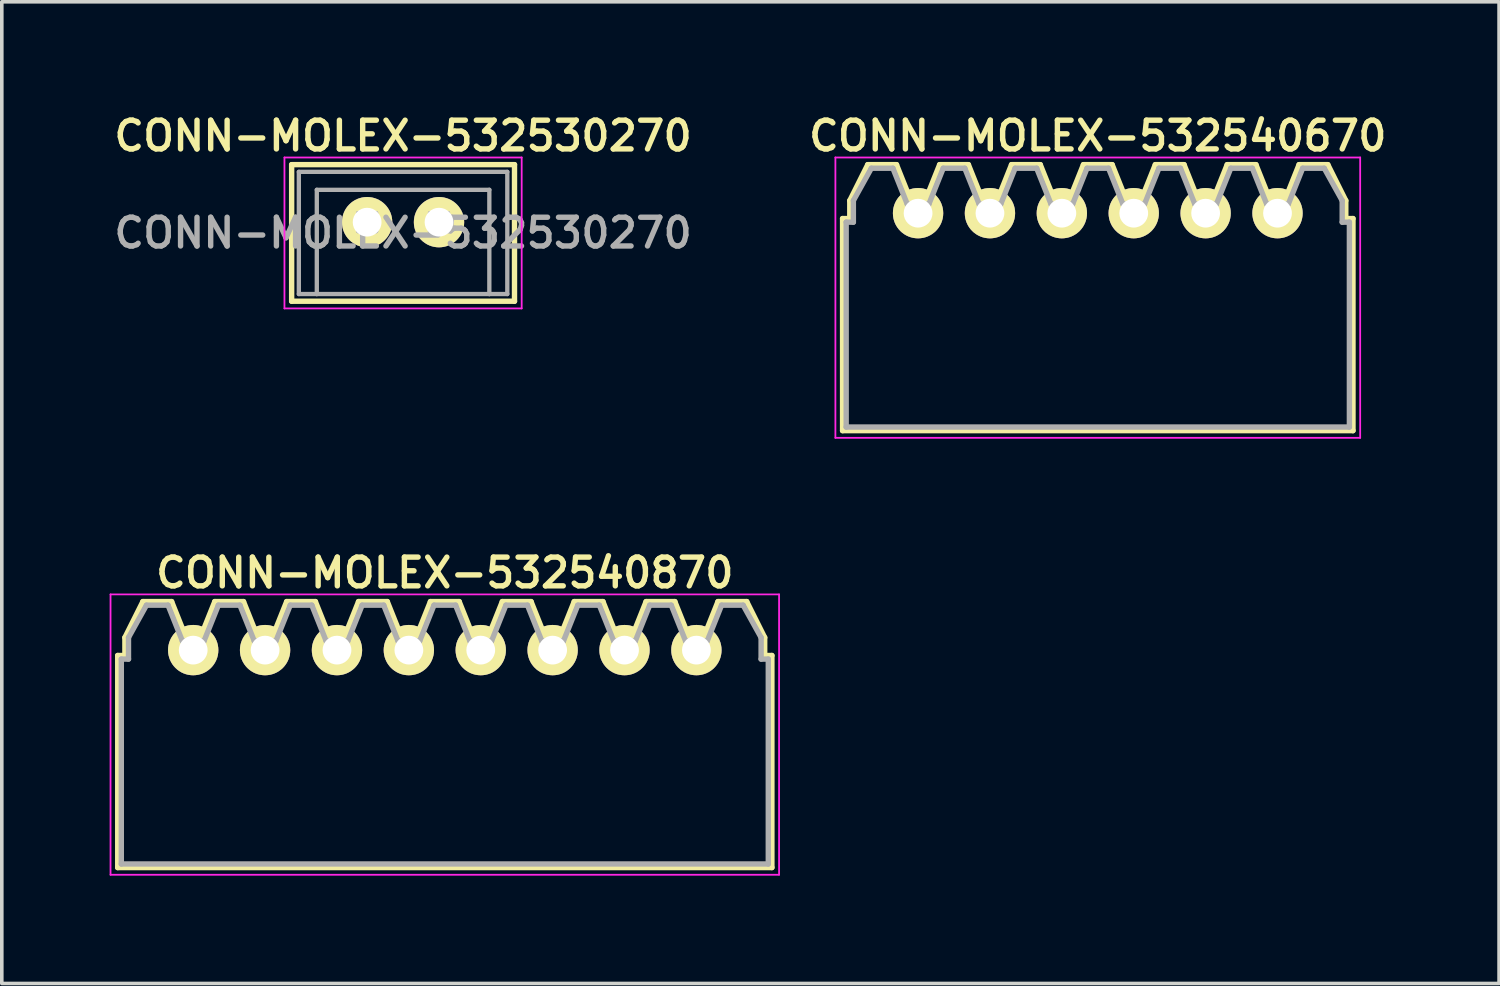
<source format=kicad_pcb>
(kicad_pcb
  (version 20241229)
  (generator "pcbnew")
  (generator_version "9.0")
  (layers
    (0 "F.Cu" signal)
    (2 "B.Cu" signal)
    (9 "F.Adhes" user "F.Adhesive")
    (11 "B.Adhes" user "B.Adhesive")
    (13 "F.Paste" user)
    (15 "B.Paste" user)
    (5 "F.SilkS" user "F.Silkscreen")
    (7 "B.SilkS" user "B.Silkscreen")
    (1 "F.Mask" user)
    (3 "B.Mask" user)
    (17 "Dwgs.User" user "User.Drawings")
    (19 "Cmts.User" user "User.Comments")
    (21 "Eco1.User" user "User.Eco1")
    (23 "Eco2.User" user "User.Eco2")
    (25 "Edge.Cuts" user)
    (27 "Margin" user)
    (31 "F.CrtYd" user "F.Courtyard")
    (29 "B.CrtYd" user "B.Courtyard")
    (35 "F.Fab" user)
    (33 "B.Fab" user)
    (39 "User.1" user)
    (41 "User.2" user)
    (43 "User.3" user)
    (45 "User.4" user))
  (footprint "CONN-MOLEX-532540670"
    (layer "F.Cu")
    (at 27.492 5.231)
    (property "Reference" "CONN-MOLEX-532540670" (at 0 -4.5 0) (layer "F.SilkS") (effects (font (size 0.8 0.8) (thickness 0.15))))
    (attr through_hole)
    (fp_line (start -7.1 -2.2) (end -6.9 -2.2) (stroke (width 0.15) (type solid)) (layer "F.SilkS"))
    (fp_line (start -7.1 3.7) (end -7.1 -2.2) (stroke (width 0.15) (type solid)) (layer "F.SilkS"))
    (fp_line (start -7.1 3.7) (end 7.1 3.7) (stroke (width 0.15) (type solid)) (layer "F.SilkS"))
    (fp_line (start -6.9 -2.7) (end -6.9 -2.2) (stroke (width 0.15) (type solid)) (layer "F.SilkS"))
    (fp_line (start -6.4 -3.7) (end -6.9 -2.7) (stroke (width 0.15) (type solid)) (layer "F.SilkS"))
    (fp_line (start -5.6 -3.7) (end -6.4 -3.7) (stroke (width 0.15) (type solid)) (layer "F.SilkS"))
    (fp_line (start -5.2 -2.7) (end -5.6 -3.7) (stroke (width 0.15) (type solid)) (layer "F.SilkS"))
    (fp_line (start -4.8 -2.7) (end -5.2 -2.7) (stroke (width 0.15) (type solid)) (layer "F.SilkS"))
    (fp_line (start -4.4 -3.7) (end -4.8 -2.7) (stroke (width 0.15) (type solid)) (layer "F.SilkS"))
    (fp_line (start -3.6 -3.7) (end -4.4 -3.7) (stroke (width 0.15) (type solid)) (layer "F.SilkS"))
    (fp_line (start -3.2 -2.7) (end -3.6 -3.7) (stroke (width 0.15) (type solid)) (layer "F.SilkS"))
    (fp_line (start -2.8 -2.7) (end -3.2 -2.7) (stroke (width 0.15) (type solid)) (layer "F.SilkS"))
    (fp_line (start -2.4 -3.7) (end -2.8 -2.7) (stroke (width 0.15) (type solid)) (layer "F.SilkS"))
    (fp_line (start -1.6 -3.7) (end -2.4 -3.7) (stroke (width 0.15) (type solid)) (layer "F.SilkS"))
    (fp_line (start -1.2 -2.7) (end -1.6 -3.7) (stroke (width 0.15) (type solid)) (layer "F.SilkS"))
    (fp_line (start -0.8 -2.7) (end -1.2 -2.7) (stroke (width 0.15) (type solid)) (layer "F.SilkS"))
    (fp_line (start -0.4 -3.7) (end -0.8 -2.7) (stroke (width 0.15) (type solid)) (layer "F.SilkS"))
    (fp_line (start 0.4 -3.7) (end -0.4 -3.7) (stroke (width 0.15) (type solid)) (layer "F.SilkS"))
    (fp_line (start 0.8 -2.7) (end 0.4 -3.7) (stroke (width 0.15) (type solid)) (layer "F.SilkS"))
    (fp_line (start 1.2 -2.7) (end 0.8 -2.7) (stroke (width 0.15) (type solid)) (layer "F.SilkS"))
    (fp_line (start 1.6 -3.7) (end 1.2 -2.7) (stroke (width 0.15) (type solid)) (layer "F.SilkS"))
    (fp_line (start 2.4 -3.7) (end 1.6 -3.7) (stroke (width 0.15) (type solid)) (layer "F.SilkS"))
    (fp_line (start 2.8 -2.7) (end 2.4 -3.7) (stroke (width 0.15) (type solid)) (layer "F.SilkS"))
    (fp_line (start 3.2 -2.7) (end 2.8 -2.7) (stroke (width 0.15) (type solid)) (layer "F.SilkS"))
    (fp_line (start 3.6 -3.7) (end 3.2 -2.7) (stroke (width 0.15) (type solid)) (layer "F.SilkS"))
    (fp_line (start 4.4 -3.7) (end 3.6 -3.7) (stroke (width 0.15) (type solid)) (layer "F.SilkS"))
    (fp_line (start 4.8 -2.7) (end 4.4 -3.7) (stroke (width 0.15) (type solid)) (layer "F.SilkS"))
    (fp_line (start 5.2 -2.7) (end 4.8 -2.7) (stroke (width 0.15) (type solid)) (layer "F.SilkS"))
    (fp_line (start 5.6 -3.7) (end 5.2 -2.7) (stroke (width 0.15) (type solid)) (layer "F.SilkS"))
    (fp_line (start 6.4 -3.7) (end 5.6 -3.7) (stroke (width 0.15) (type solid)) (layer "F.SilkS"))
    (fp_line (start 6.9 -2.7) (end 6.4 -3.7) (stroke (width 0.15) (type solid)) (layer "F.SilkS"))
    (fp_line (start 6.9 -2.2) (end 6.9 -2.7) (stroke (width 0.15) (type solid)) (layer "F.SilkS"))
    (fp_line (start 6.9 -2.2) (end 7.1 -2.2) (stroke (width 0.15) (type solid)) (layer "F.SilkS"))
    (fp_line (start 7.1 3.7) (end 7.1 -2.2) (stroke (width 0.15) (type solid)) (layer "F.SilkS"))
    (fp_line (start -7.3 -3.9) (end 7.3 -3.9) (stroke (width 0.05) (type solid)) (layer "F.CrtYd"))
    (fp_line (start -7.3 3.9) (end -7.3 -3.9) (stroke (width 0.05) (type solid)) (layer "F.CrtYd"))
    (fp_line (start 7.3 -3.9) (end 7.3 3.9) (stroke (width 0.05) (type solid)) (layer "F.CrtYd"))
    (fp_line (start 7.3 3.9) (end -7.3 3.9) (stroke (width 0.05) (type solid)) (layer "F.CrtYd"))
    (fp_line (start -7 -2.1) (end -6.8 -2.1) (stroke (width 0.15) (type solid)) (layer "F.Fab"))
    (fp_line (start -7 3.6) (end -7 -2.1) (stroke (width 0.15) (type solid)) (layer "F.Fab"))
    (fp_line (start -6.8 -2.7) (end -6.3 -3.6) (stroke (width 0.15) (type solid)) (layer "F.Fab"))
    (fp_line (start -6.8 -2.1) (end -6.8 -2.7) (stroke (width 0.15) (type solid)) (layer "F.Fab"))
    (fp_line (start -6.3 -3.6) (end -5.7 -3.6) (stroke (width 0.15) (type solid)) (layer "F.Fab"))
    (fp_line (start -5.7 -3.6) (end -5.3 -2.6) (stroke (width 0.15) (type solid)) (layer "F.Fab"))
    (fp_line (start -5.3 -2.6) (end -4.7 -2.6) (stroke (width 0.15) (type solid)) (layer "F.Fab"))
    (fp_line (start -4.7 -2.6) (end -4.3 -3.6) (stroke (width 0.15) (type solid)) (layer "F.Fab"))
    (fp_line (start -4.3 -3.6) (end -3.7 -3.6) (stroke (width 0.15) (type solid)) (layer "F.Fab"))
    (fp_line (start -3.7 -3.6) (end -3.3 -2.6) (stroke (width 0.15) (type solid)) (layer "F.Fab"))
    (fp_line (start -3.3 -2.6) (end -2.7 -2.6) (stroke (width 0.15) (type solid)) (layer "F.Fab"))
    (fp_line (start -2.7 -2.6) (end -2.3 -3.6) (stroke (width 0.15) (type solid)) (layer "F.Fab"))
    (fp_line (start -2.3 -3.6) (end -1.7 -3.6) (stroke (width 0.15) (type solid)) (layer "F.Fab"))
    (fp_line (start -1.7 -3.6) (end -1.3 -2.6) (stroke (width 0.15) (type solid)) (layer "F.Fab"))
    (fp_line (start -1.3 -2.6) (end -0.7 -2.6) (stroke (width 0.15) (type solid)) (layer "F.Fab"))
    (fp_line (start -0.7 -2.6) (end -0.3 -3.6) (stroke (width 0.15) (type solid)) (layer "F.Fab"))
    (fp_line (start -0.3 -3.6) (end 0.3 -3.6) (stroke (width 0.15) (type solid)) (layer "F.Fab"))
    (fp_line (start 0.3 -3.6) (end 0.7 -2.6) (stroke (width 0.15) (type solid)) (layer "F.Fab"))
    (fp_line (start 0.7 -2.6) (end 1.3 -2.6) (stroke (width 0.15) (type solid)) (layer "F.Fab"))
    (fp_line (start 1.3 -2.6) (end 1.7 -3.6) (stroke (width 0.15) (type solid)) (layer "F.Fab"))
    (fp_line (start 1.7 -3.6) (end 2.3 -3.6) (stroke (width 0.15) (type solid)) (layer "F.Fab"))
    (fp_line (start 2.3 -3.6) (end 2.7 -2.6) (stroke (width 0.15) (type solid)) (layer "F.Fab"))
    (fp_line (start 2.7 -2.6) (end 3.3 -2.6) (stroke (width 0.15) (type solid)) (layer "F.Fab"))
    (fp_line (start 3.3 -2.6) (end 3.7 -3.6) (stroke (width 0.15) (type solid)) (layer "F.Fab"))
    (fp_line (start 3.7 -3.6) (end 4.3 -3.6) (stroke (width 0.15) (type solid)) (layer "F.Fab"))
    (fp_line (start 4.3 -3.6) (end 4.7 -2.6) (stroke (width 0.15) (type solid)) (layer "F.Fab"))
    (fp_line (start 4.7 -2.6) (end 5.3 -2.6) (stroke (width 0.15) (type solid)) (layer "F.Fab"))
    (fp_line (start 5.3 -2.6) (end 5.7 -3.6) (stroke (width 0.15) (type solid)) (layer "F.Fab"))
    (fp_line (start 5.7 -3.6) (end 6.3 -3.6) (stroke (width 0.15) (type solid)) (layer "F.Fab"))
    (fp_line (start 6.3 -3.6) (end 6.8 -2.7) (stroke (width 0.15) (type solid)) (layer "F.Fab"))
    (fp_line (start 6.8 -2.7) (end 6.8 -2.1) (stroke (width 0.15) (type solid)) (layer "F.Fab"))
    (fp_line (start 6.8 -2.1) (end 7 -2.1) (stroke (width 0.15) (type solid)) (layer "F.Fab"))
    (fp_line (start 7 -2.1) (end 7 3.6) (stroke (width 0.15) (type solid)) (layer "F.Fab"))
    (fp_line (start 7 3.6) (end -7 3.6) (stroke (width 0.15) (type solid)) (layer "F.Fab"))
    (pad "1" thru_hole circle (at -5 -2.35) (size 1.4 1.4) (drill 0.8) (layers "*.Cu" "*.Mask" "F.SilkS"))
    (pad "2" thru_hole circle (at -3 -2.35) (size 1.4 1.4) (drill 0.8) (layers "*.Cu" "*.Mask" "F.SilkS"))
    (pad "3" thru_hole circle (at -1 -2.35) (size 1.4 1.4) (drill 0.8) (layers "*.Cu" "*.Mask" "F.SilkS"))
    (pad "4" thru_hole circle (at 1 -2.35) (size 1.4 1.4) (drill 0.8) (layers "*.Cu" "*.Mask" "F.SilkS"))
    (pad "5" thru_hole circle (at 3 -2.35) (size 1.4 1.4) (drill 0.8) (layers "*.Cu" "*.Mask" "F.SilkS"))
    (pad "6" thru_hole circle (at 5 -2.35) (size 1.4 1.4) (drill 0.8) (layers "*.Cu" "*.Mask" "F.SilkS")))
  (footprint "CONN-MOLEX-532540870"
    (layer "F.Cu")
    (at 9.325 17.387)
    (property "Reference" "CONN-MOLEX-532540870" (at 0 -4.5 0) (layer "F.SilkS") (effects (font (size 0.8 0.8) (thickness 0.15))))
    (attr through_hole)
    (fp_line (start -9.1 -2.2) (end -8.9 -2.2) (stroke (width 0.15) (type solid)) (layer "F.SilkS"))
    (fp_line (start -9.1 3.7) (end -9.1 -2.2) (stroke (width 0.15) (type solid)) (layer "F.SilkS"))
    (fp_line (start -9.1 3.7) (end 9.1 3.7) (stroke (width 0.15) (type solid)) (layer "F.SilkS"))
    (fp_line (start -8.9 -2.7) (end -8.9 -2.2) (stroke (width 0.15) (type solid)) (layer "F.SilkS"))
    (fp_line (start -8.4 -3.7) (end -8.9 -2.7) (stroke (width 0.15) (type solid)) (layer "F.SilkS"))
    (fp_line (start -7.6 -3.7) (end -8.4 -3.7) (stroke (width 0.15) (type solid)) (layer "F.SilkS"))
    (fp_line (start -7.2 -2.7) (end -7.6 -3.7) (stroke (width 0.15) (type solid)) (layer "F.SilkS"))
    (fp_line (start -6.8 -2.7) (end -7.2 -2.7) (stroke (width 0.15) (type solid)) (layer "F.SilkS"))
    (fp_line (start -6.4 -3.7) (end -6.8 -2.7) (stroke (width 0.15) (type solid)) (layer "F.SilkS"))
    (fp_line (start -5.6 -3.7) (end -6.4 -3.7) (stroke (width 0.15) (type solid)) (layer "F.SilkS"))
    (fp_line (start -5.2 -2.7) (end -5.6 -3.7) (stroke (width 0.15) (type solid)) (layer "F.SilkS"))
    (fp_line (start -4.8 -2.7) (end -5.2 -2.7) (stroke (width 0.15) (type solid)) (layer "F.SilkS"))
    (fp_line (start -4.4 -3.7) (end -4.8 -2.7) (stroke (width 0.15) (type solid)) (layer "F.SilkS"))
    (fp_line (start -3.6 -3.7) (end -4.4 -3.7) (stroke (width 0.15) (type solid)) (layer "F.SilkS"))
    (fp_line (start -3.2 -2.7) (end -3.6 -3.7) (stroke (width 0.15) (type solid)) (layer "F.SilkS"))
    (fp_line (start -2.8 -2.7) (end -3.2 -2.7) (stroke (width 0.15) (type solid)) (layer "F.SilkS"))
    (fp_line (start -2.4 -3.7) (end -2.8 -2.7) (stroke (width 0.15) (type solid)) (layer "F.SilkS"))
    (fp_line (start -1.6 -3.7) (end -2.4 -3.7) (stroke (width 0.15) (type solid)) (layer "F.SilkS"))
    (fp_line (start -1.2 -2.7) (end -1.6 -3.7) (stroke (width 0.15) (type solid)) (layer "F.SilkS"))
    (fp_line (start -0.8 -2.7) (end -1.2 -2.7) (stroke (width 0.15) (type solid)) (layer "F.SilkS"))
    (fp_line (start -0.4 -3.7) (end -0.8 -2.7) (stroke (width 0.15) (type solid)) (layer "F.SilkS"))
    (fp_line (start 0.4 -3.7) (end -0.4 -3.7) (stroke (width 0.15) (type solid)) (layer "F.SilkS"))
    (fp_line (start 0.8 -2.7) (end 0.4 -3.7) (stroke (width 0.15) (type solid)) (layer "F.SilkS"))
    (fp_line (start 1.2 -2.7) (end 0.8 -2.7) (stroke (width 0.15) (type solid)) (layer "F.SilkS"))
    (fp_line (start 1.6 -3.7) (end 1.2 -2.7) (stroke (width 0.15) (type solid)) (layer "F.SilkS"))
    (fp_line (start 2.4 -3.7) (end 1.6 -3.7) (stroke (width 0.15) (type solid)) (layer "F.SilkS"))
    (fp_line (start 2.8 -2.7) (end 2.4 -3.7) (stroke (width 0.15) (type solid)) (layer "F.SilkS"))
    (fp_line (start 3.2 -2.7) (end 2.8 -2.7) (stroke (width 0.15) (type solid)) (layer "F.SilkS"))
    (fp_line (start 3.6 -3.7) (end 3.2 -2.7) (stroke (width 0.15) (type solid)) (layer "F.SilkS"))
    (fp_line (start 4.4 -3.7) (end 3.6 -3.7) (stroke (width 0.15) (type solid)) (layer "F.SilkS"))
    (fp_line (start 4.8 -2.7) (end 4.4 -3.7) (stroke (width 0.15) (type solid)) (layer "F.SilkS"))
    (fp_line (start 5.2 -2.7) (end 4.8 -2.7) (stroke (width 0.15) (type solid)) (layer "F.SilkS"))
    (fp_line (start 5.6 -3.7) (end 5.2 -2.7) (stroke (width 0.15) (type solid)) (layer "F.SilkS"))
    (fp_line (start 6.4 -3.7) (end 5.6 -3.7) (stroke (width 0.15) (type solid)) (layer "F.SilkS"))
    (fp_line (start 6.8 -2.7) (end 6.4 -3.7) (stroke (width 0.15) (type solid)) (layer "F.SilkS"))
    (fp_line (start 7.2 -2.7) (end 6.8 -2.7) (stroke (width 0.15) (type solid)) (layer "F.SilkS"))
    (fp_line (start 7.6 -3.7) (end 7.2 -2.7) (stroke (width 0.15) (type solid)) (layer "F.SilkS"))
    (fp_line (start 8.4 -3.7) (end 7.6 -3.7) (stroke (width 0.15) (type solid)) (layer "F.SilkS"))
    (fp_line (start 8.9 -2.7) (end 8.4 -3.7) (stroke (width 0.15) (type solid)) (layer "F.SilkS"))
    (fp_line (start 8.9 -2.2) (end 8.9 -2.7) (stroke (width 0.15) (type solid)) (layer "F.SilkS"))
    (fp_line (start 8.9 -2.2) (end 9.1 -2.2) (stroke (width 0.15) (type solid)) (layer "F.SilkS"))
    (fp_line (start 9.1 3.7) (end 9.1 -2.2) (stroke (width 0.15) (type solid)) (layer "F.SilkS"))
    (fp_line (start -9.3 -3.9) (end 9.3 -3.9) (stroke (width 0.05) (type solid)) (layer "F.CrtYd"))
    (fp_line (start -9.3 3.9) (end -9.3 -3.9) (stroke (width 0.05) (type solid)) (layer "F.CrtYd"))
    (fp_line (start 9.3 -3.9) (end 9.3 3.9) (stroke (width 0.05) (type solid)) (layer "F.CrtYd"))
    (fp_line (start 9.3 3.9) (end -9.3 3.9) (stroke (width 0.05) (type solid)) (layer "F.CrtYd"))
    (fp_line (start -9 -2.1) (end -8.8 -2.1) (stroke (width 0.15) (type solid)) (layer "F.Fab"))
    (fp_line (start -9 3.6) (end -9 -2.1) (stroke (width 0.15) (type solid)) (layer "F.Fab"))
    (fp_line (start -8.8 -2.7) (end -8.3 -3.6) (stroke (width 0.15) (type solid)) (layer "F.Fab"))
    (fp_line (start -8.8 -2.1) (end -8.8 -2.7) (stroke (width 0.15) (type solid)) (layer "F.Fab"))
    (fp_line (start -8.3 -3.6) (end -7.7 -3.6) (stroke (width 0.15) (type solid)) (layer "F.Fab"))
    (fp_line (start -7.7 -3.6) (end -7.3 -2.6) (stroke (width 0.15) (type solid)) (layer "F.Fab"))
    (fp_line (start -7.3 -2.6) (end -6.7 -2.6) (stroke (width 0.15) (type solid)) (layer "F.Fab"))
    (fp_line (start -6.7 -2.6) (end -6.3 -3.6) (stroke (width 0.15) (type solid)) (layer "F.Fab"))
    (fp_line (start -6.3 -3.6) (end -5.7 -3.6) (stroke (width 0.15) (type solid)) (layer "F.Fab"))
    (fp_line (start -5.7 -3.6) (end -5.3 -2.6) (stroke (width 0.15) (type solid)) (layer "F.Fab"))
    (fp_line (start -5.3 -2.6) (end -4.7 -2.6) (stroke (width 0.15) (type solid)) (layer "F.Fab"))
    (fp_line (start -4.7 -2.6) (end -4.3 -3.6) (stroke (width 0.15) (type solid)) (layer "F.Fab"))
    (fp_line (start -4.3 -3.6) (end -3.7 -3.6) (stroke (width 0.15) (type solid)) (layer "F.Fab"))
    (fp_line (start -3.7 -3.6) (end -3.3 -2.6) (stroke (width 0.15) (type solid)) (layer "F.Fab"))
    (fp_line (start -3.3 -2.6) (end -2.7 -2.6) (stroke (width 0.15) (type solid)) (layer "F.Fab"))
    (fp_line (start -2.7 -2.6) (end -2.3 -3.6) (stroke (width 0.15) (type solid)) (layer "F.Fab"))
    (fp_line (start -2.3 -3.6) (end -1.7 -3.6) (stroke (width 0.15) (type solid)) (layer "F.Fab"))
    (fp_line (start -1.7 -3.6) (end -1.3 -2.6) (stroke (width 0.15) (type solid)) (layer "F.Fab"))
    (fp_line (start -1.3 -2.6) (end -0.7 -2.6) (stroke (width 0.15) (type solid)) (layer "F.Fab"))
    (fp_line (start -0.7 -2.6) (end -0.3 -3.6) (stroke (width 0.15) (type solid)) (layer "F.Fab"))
    (fp_line (start -0.3 -3.6) (end 0.3 -3.6) (stroke (width 0.15) (type solid)) (layer "F.Fab"))
    (fp_line (start 0.3 -3.6) (end 0.7 -2.6) (stroke (width 0.15) (type solid)) (layer "F.Fab"))
    (fp_line (start 0.7 -2.6) (end 1.3 -2.6) (stroke (width 0.15) (type solid)) (layer "F.Fab"))
    (fp_line (start 1.3 -2.6) (end 1.7 -3.6) (stroke (width 0.15) (type solid)) (layer "F.Fab"))
    (fp_line (start 1.7 -3.6) (end 2.3 -3.6) (stroke (width 0.15) (type solid)) (layer "F.Fab"))
    (fp_line (start 2.3 -3.6) (end 2.7 -2.6) (stroke (width 0.15) (type solid)) (layer "F.Fab"))
    (fp_line (start 2.7 -2.6) (end 3.3 -2.6) (stroke (width 0.15) (type solid)) (layer "F.Fab"))
    (fp_line (start 3.3 -2.6) (end 3.7 -3.6) (stroke (width 0.15) (type solid)) (layer "F.Fab"))
    (fp_line (start 3.7 -3.6) (end 4.3 -3.6) (stroke (width 0.15) (type solid)) (layer "F.Fab"))
    (fp_line (start 4.3 -3.6) (end 4.7 -2.6) (stroke (width 0.15) (type solid)) (layer "F.Fab"))
    (fp_line (start 4.7 -2.6) (end 5.3 -2.6) (stroke (width 0.15) (type solid)) (layer "F.Fab"))
    (fp_line (start 5.3 -2.6) (end 5.7 -3.6) (stroke (width 0.15) (type solid)) (layer "F.Fab"))
    (fp_line (start 5.7 -3.6) (end 6.3 -3.6) (stroke (width 0.15) (type solid)) (layer "F.Fab"))
    (fp_line (start 6.3 -3.6) (end 6.7 -2.6) (stroke (width 0.15) (type solid)) (layer "F.Fab"))
    (fp_line (start 6.7 -2.6) (end 7.3 -2.6) (stroke (width 0.15) (type solid)) (layer "F.Fab"))
    (fp_line (start 7.3 -2.6) (end 7.7 -3.6) (stroke (width 0.15) (type solid)) (layer "F.Fab"))
    (fp_line (start 7.7 -3.6) (end 8.3 -3.6) (stroke (width 0.15) (type solid)) (layer "F.Fab"))
    (fp_line (start 8.3 -3.6) (end 8.8 -2.7) (stroke (width 0.15) (type solid)) (layer "F.Fab"))
    (fp_line (start 8.8 -2.7) (end 8.8 -2.1) (stroke (width 0.15) (type solid)) (layer "F.Fab"))
    (fp_line (start 8.8 -2.1) (end 9 -2.1) (stroke (width 0.15) (type solid)) (layer "F.Fab"))
    (fp_line (start 9 -2.1) (end 9 3.6) (stroke (width 0.15) (type solid)) (layer "F.Fab"))
    (fp_line (start 9 3.6) (end -9 3.6) (stroke (width 0.15) (type solid)) (layer "F.Fab"))
    (pad "1" thru_hole circle (at -7 -2.35) (size 1.4 1.4) (drill 0.8) (layers "*.Cu" "*.Mask" "F.SilkS"))
    (pad "2" thru_hole circle (at -5 -2.35) (size 1.4 1.4) (drill 0.8) (layers "*.Cu" "*.Mask" "F.SilkS"))
    (pad "3" thru_hole circle (at -3 -2.35) (size 1.4 1.4) (drill 0.8) (layers "*.Cu" "*.Mask" "F.SilkS"))
    (pad "4" thru_hole circle (at -1 -2.35) (size 1.4 1.4) (drill 0.8) (layers "*.Cu" "*.Mask" "F.SilkS"))
    (pad "5" thru_hole circle (at 1 -2.35) (size 1.4 1.4) (drill 0.8) (layers "*.Cu" "*.Mask" "F.SilkS"))
    (pad "6" thru_hole circle (at 3 -2.35) (size 1.4 1.4) (drill 0.8) (layers "*.Cu" "*.Mask" "F.SilkS"))
    (pad "7" thru_hole circle (at 5 -2.35) (size 1.4 1.4) (drill 0.8) (layers "*.Cu" "*.Mask" "F.SilkS"))
    (pad "8" thru_hole circle (at 7 -2.35) (size 1.4 1.4) (drill 0.8) (layers "*.Cu" "*.Mask" "F.SilkS")))
  (footprint "CONN-MOLEX-532530270"
    (layer "F.Cu")
    (at 8.164 3.431)
    (property "Reference" "CONN-MOLEX-532530270" (at 0 -2.7 0) (layer "F.SilkS") (effects (font (size 0.8 0.8) (thickness 0.15))))
    (attr through_hole)
    (fp_line (start -3.1 1.9) (end -3.1 -1.9) (stroke (width 0.15) (type solid)) (layer "F.SilkS"))
    (fp_line (start -3.1 1.9) (end 3.1 1.9) (stroke (width 0.15) (type solid)) (layer "F.SilkS"))
    (fp_line (start 3.1 -1.9) (end -3.1 -1.9) (stroke (width 0.15) (type solid)) (layer "F.SilkS"))
    (fp_line (start 3.1 -1.9) (end 3.1 1.9) (stroke (width 0.15) (type solid)) (layer "F.SilkS"))
    (fp_line (start -3.3 2.1) (end -3.3 -2.1) (stroke (width 0.05) (type solid)) (layer "F.CrtYd"))
    (fp_line (start 3.3 -2.1) (end -3.3 -2.1) (stroke (width 0.05) (type solid)) (layer "F.CrtYd"))
    (fp_line (start 3.3 -2.1) (end 3.3 2.1) (stroke (width 0.05) (type solid)) (layer "F.CrtYd"))
    (fp_line (start 3.3 2.1) (end -3.3 2.1) (stroke (width 0.05) (type solid)) (layer "F.CrtYd"))
    (fp_line (start -2.9 -1.7) (end 2.9 -1.7) (stroke (width 0.12) (type solid)) (layer "F.Fab"))
    (fp_line (start -2.9 1.7) (end -2.9 -1.7) (stroke (width 0.12) (type solid)) (layer "F.Fab"))
    (fp_line (start -2.4 -1.2) (end -2.4 1.7) (stroke (width 0.12) (type solid)) (layer "F.Fab"))
    (fp_line (start -2.4 1.7) (end -2.9 1.7) (stroke (width 0.12) (type solid)) (layer "F.Fab"))
    (fp_line (start -2.4 1.7) (end 2.4 1.7) (stroke (width 0.12) (type solid)) (layer "F.Fab"))
    (fp_line (start -1.25 -0.55) (end -0.75 -0.55) (stroke (width 0.12) (type solid)) (layer "F.Fab"))
    (fp_line (start -1.25 -0.05) (end -1.25 -0.55) (stroke (width 0.12) (type solid)) (layer "F.Fab"))
    (fp_line (start -0.75 -0.55) (end -0.75 -0.05) (stroke (width 0.12) (type solid)) (layer "F.Fab"))
    (fp_line (start -0.75 -0.05) (end -1.25 -0.05) (stroke (width 0.12) (type solid)) (layer "F.Fab"))
    (fp_line (start 0.75 -0.55) (end 1.25 -0.55) (stroke (width 0.12) (type solid)) (layer "F.Fab"))
    (fp_line (start 0.75 -0.05) (end 0.75 -0.55) (stroke (width 0.12) (type solid)) (layer "F.Fab"))
    (fp_line (start 1.25 -0.55) (end 1.25 -0.05) (stroke (width 0.12) (type solid)) (layer "F.Fab"))
    (fp_line (start 1.25 -0.05) (end 0.75 -0.05) (stroke (width 0.12) (type solid)) (layer "F.Fab"))
    (fp_line (start 2.4 -1.2) (end -2.4 -1.2) (stroke (width 0.12) (type solid)) (layer "F.Fab"))
    (fp_line (start 2.4 1.7) (end 2.4 -1.2) (stroke (width 0.12) (type solid)) (layer "F.Fab"))
    (fp_line (start 2.9 -1.7) (end 2.9 1.7) (stroke (width 0.12) (type solid)) (layer "F.Fab"))
    (fp_line (start 2.9 1.7) (end 2.4 1.7) (stroke (width 0.12) (type solid)) (layer "F.Fab"))
    (fp_text user "${REFERENCE}" (at 0 0 0) (layer "F.Fab") (effects (font (size 0.8 0.8) (thickness 0.15))))
    (pad "1" thru_hole circle (at -1 -0.3) (size 1.4 1.4) (drill 0.8) (layers "*.Cu" "*.Mask" "F.SilkS"))
    (pad "2" thru_hole circle (at 1 -0.3) (size 1.4 1.4) (drill 0.8) (layers "*.Cu" "*.Mask" "F.SilkS")))
  (gr_rect
    (start -3 -3)
    (end 38.656 24.312)
    (stroke (width 0.1) (type default))
    (fill no)
    (layer "Edge.Cuts")))
</source>
